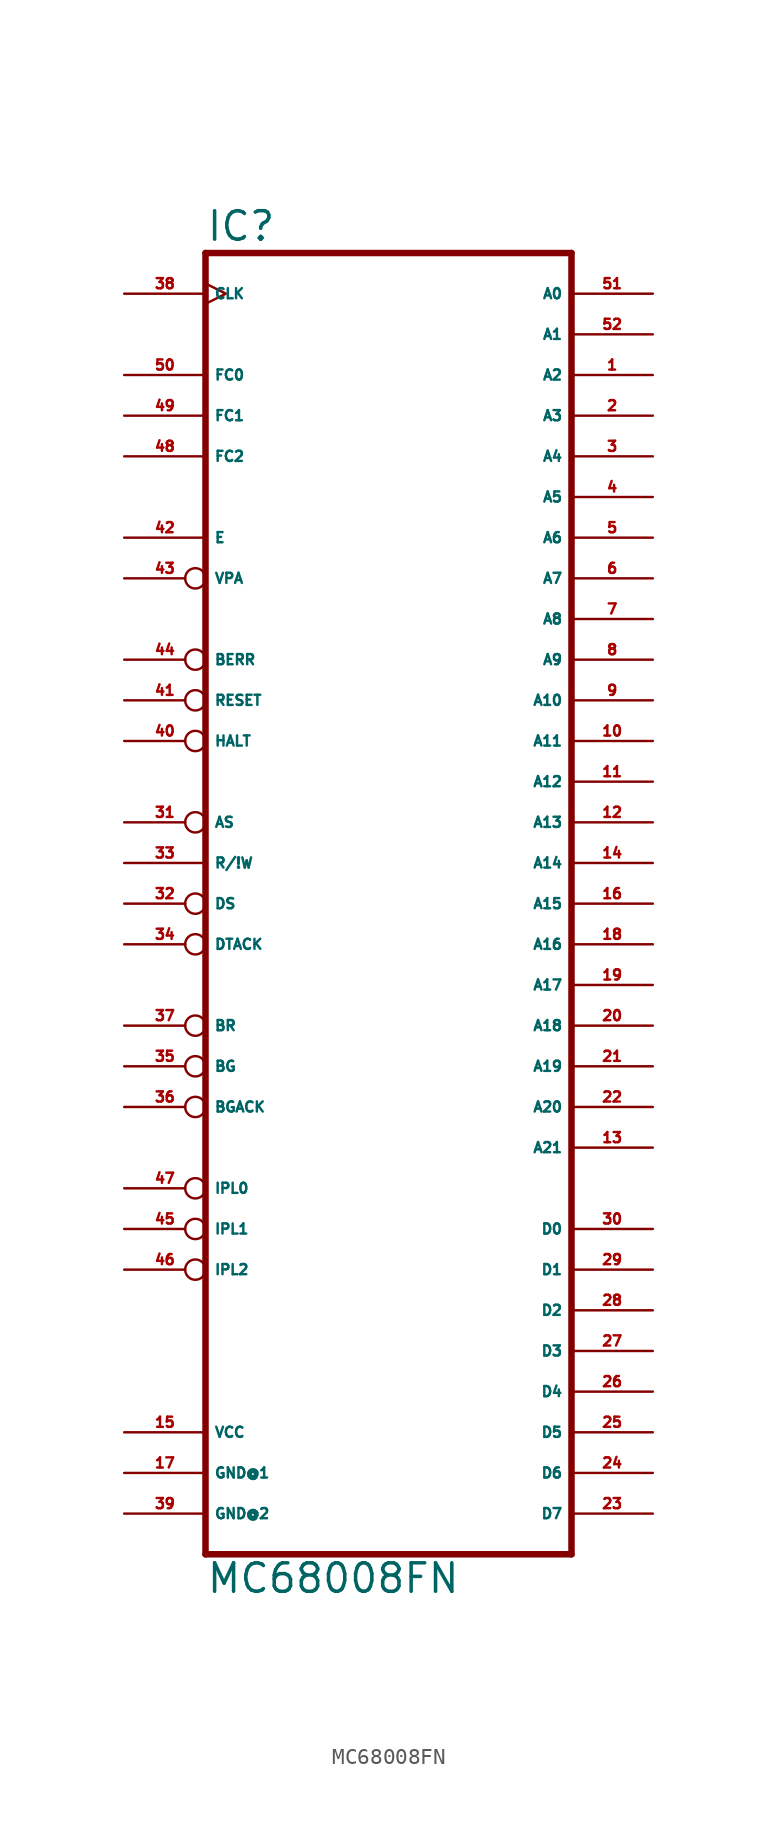
<source format=kicad_sym>
(kicad_symbol_lib
  (version 20220914)
  (generator Eagle2Kicad)
  (symbol "MC68008FN"
    (property "Reference" "IC"
      (at -15.24 41.275 0)
      (effects (font (size 1.778 1.778) (thickness 0.22)) (justify left bottom)))
    (property "Value" "MC68008FN"
      (at -15.24 -43.18 0)
      (effects (font (size 1.778 1.778) (thickness 0.22)) (justify left bottom)))
    (polyline
      (pts (xy -15.24 -40.64) (xy 7.62 -40.64))
      (stroke (width 0.406) (type default))
      (fill (type none)))
    (polyline
      (pts (xy 7.62 -40.64) (xy 7.62 40.64))
      (stroke (width 0.406) (type default))
      (fill (type none)))
    (polyline
      (pts (xy 7.62 40.64) (xy -15.24 40.64))
      (stroke (width 0.406) (type default))
      (fill (type none)))
    (polyline
      (pts (xy -15.24 40.64) (xy -15.24 -40.64))
      (stroke (width 0.406) (type default))
      (fill (type none)))
    (pin output line
      (at 12.7 33.02 180)
      (length 5.08)
      (name "A2" (effects (font (size 0.635 0.635) (thickness 0.08)) (justify left bottom)))
      (number "1" (effects (font (size 0.635 0.635) (thickness 0.08)) (justify left bottom))))
    (pin output line
      (at 12.7 30.48 180)
      (length 5.08)
      (name "A3" (effects (font (size 0.635 0.635) (thickness 0.08)) (justify left bottom)))
      (number "2" (effects (font (size 0.635 0.635) (thickness 0.08)) (justify left bottom))))
    (pin output line
      (at 12.7 27.94 180)
      (length 5.08)
      (name "A4" (effects (font (size 0.635 0.635) (thickness 0.08)) (justify left bottom)))
      (number "3" (effects (font (size 0.635 0.635) (thickness 0.08)) (justify left bottom))))
    (pin output line
      (at 12.7 25.4 180)
      (length 5.08)
      (name "A5" (effects (font (size 0.635 0.635) (thickness 0.08)) (justify left bottom)))
      (number "4" (effects (font (size 0.635 0.635) (thickness 0.08)) (justify left bottom))))
    (pin output line
      (at 12.7 22.86 180)
      (length 5.08)
      (name "A6" (effects (font (size 0.635 0.635) (thickness 0.08)) (justify left bottom)))
      (number "5" (effects (font (size 0.635 0.635) (thickness 0.08)) (justify left bottom))))
    (pin output line
      (at 12.7 20.32 180)
      (length 5.08)
      (name "A7" (effects (font (size 0.635 0.635) (thickness 0.08)) (justify left bottom)))
      (number "6" (effects (font (size 0.635 0.635) (thickness 0.08)) (justify left bottom))))
    (pin output line
      (at 12.7 17.78 180)
      (length 5.08)
      (name "A8" (effects (font (size 0.635 0.635) (thickness 0.08)) (justify left bottom)))
      (number "7" (effects (font (size 0.635 0.635) (thickness 0.08)) (justify left bottom))))
    (pin output line
      (at 12.7 15.24 180)
      (length 5.08)
      (name "A9" (effects (font (size 0.635 0.635) (thickness 0.08)) (justify left bottom)))
      (number "8" (effects (font (size 0.635 0.635) (thickness 0.08)) (justify left bottom))))
    (pin output line
      (at 12.7 12.7 180)
      (length 5.08)
      (name "A10" (effects (font (size 0.635 0.635) (thickness 0.08)) (justify left bottom)))
      (number "9" (effects (font (size 0.635 0.635) (thickness 0.08)) (justify left bottom))))
    (pin output line
      (at 12.7 10.16 180)
      (length 5.08)
      (name "A11" (effects (font (size 0.635 0.635) (thickness 0.08)) (justify left bottom)))
      (number "10" (effects (font (size 0.635 0.635) (thickness 0.08)) (justify left bottom))))
    (pin output line
      (at 12.7 7.62 180)
      (length 5.08)
      (name "A12" (effects (font (size 0.635 0.635) (thickness 0.08)) (justify left bottom)))
      (number "11" (effects (font (size 0.635 0.635) (thickness 0.08)) (justify left bottom))))
    (pin output line
      (at 12.7 5.08 180)
      (length 5.08)
      (name "A13" (effects (font (size 0.635 0.635) (thickness 0.08)) (justify left bottom)))
      (number "12" (effects (font (size 0.635 0.635) (thickness 0.08)) (justify left bottom))))
    (pin output line
      (at 12.7 -15.24 180)
      (length 5.08)
      (name "A21" (effects (font (size 0.635 0.635) (thickness 0.08)) (justify left bottom)))
      (number "13" (effects (font (size 0.635 0.635) (thickness 0.08)) (justify left bottom))))
    (pin output line
      (at 12.7 2.54 180)
      (length 5.08)
      (name "A14" (effects (font (size 0.635 0.635) (thickness 0.08)) (justify left bottom)))
      (number "14" (effects (font (size 0.635 0.635) (thickness 0.08)) (justify left bottom))))
    (pin output line
      (at 12.7 0 180)
      (length 5.08)
      (name "A15" (effects (font (size 0.635 0.635) (thickness 0.08)) (justify left bottom)))
      (number "16" (effects (font (size 0.635 0.635) (thickness 0.08)) (justify left bottom))))
    (pin output line
      (at 12.7 -2.54 180)
      (length 5.08)
      (name "A16" (effects (font (size 0.635 0.635) (thickness 0.08)) (justify left bottom)))
      (number "18" (effects (font (size 0.635 0.635) (thickness 0.08)) (justify left bottom))))
    (pin output line
      (at 12.7 -5.08 180)
      (length 5.08)
      (name "A17" (effects (font (size 0.635 0.635) (thickness 0.08)) (justify left bottom)))
      (number "19" (effects (font (size 0.635 0.635) (thickness 0.08)) (justify left bottom))))
    (pin output line
      (at 12.7 -7.62 180)
      (length 5.08)
      (name "A18" (effects (font (size 0.635 0.635) (thickness 0.08)) (justify left bottom)))
      (number "20" (effects (font (size 0.635 0.635) (thickness 0.08)) (justify left bottom))))
    (pin output line
      (at 12.7 -10.16 180)
      (length 5.08)
      (name "A19" (effects (font (size 0.635 0.635) (thickness 0.08)) (justify left bottom)))
      (number "21" (effects (font (size 0.635 0.635) (thickness 0.08)) (justify left bottom))))
    (pin output line
      (at 12.7 -12.7 180)
      (length 5.08)
      (name "A20" (effects (font (size 0.635 0.635) (thickness 0.08)) (justify left bottom)))
      (number "22" (effects (font (size 0.635 0.635) (thickness 0.08)) (justify left bottom))))
    (pin bidirectional line
      (at 12.7 -38.1 180)
      (length 5.08)
      (name "D7" (effects (font (size 0.635 0.635) (thickness 0.08)) (justify left bottom)))
      (number "23" (effects (font (size 0.635 0.635) (thickness 0.08)) (justify left bottom))))
    (pin bidirectional line
      (at 12.7 -35.56 180)
      (length 5.08)
      (name "D6" (effects (font (size 0.635 0.635) (thickness 0.08)) (justify left bottom)))
      (number "24" (effects (font (size 0.635 0.635) (thickness 0.08)) (justify left bottom))))
    (pin bidirectional line
      (at 12.7 -33.02 180)
      (length 5.08)
      (name "D5" (effects (font (size 0.635 0.635) (thickness 0.08)) (justify left bottom)))
      (number "25" (effects (font (size 0.635 0.635) (thickness 0.08)) (justify left bottom))))
    (pin bidirectional line
      (at 12.7 -30.48 180)
      (length 5.08)
      (name "D4" (effects (font (size 0.635 0.635) (thickness 0.08)) (justify left bottom)))
      (number "26" (effects (font (size 0.635 0.635) (thickness 0.08)) (justify left bottom))))
    (pin bidirectional line
      (at 12.7 -27.94 180)
      (length 5.08)
      (name "D3" (effects (font (size 0.635 0.635) (thickness 0.08)) (justify left bottom)))
      (number "27" (effects (font (size 0.635 0.635) (thickness 0.08)) (justify left bottom))))
    (pin bidirectional line
      (at 12.7 -25.4 180)
      (length 5.08)
      (name "D2" (effects (font (size 0.635 0.635) (thickness 0.08)) (justify left bottom)))
      (number "28" (effects (font (size 0.635 0.635) (thickness 0.08)) (justify left bottom))))
    (pin bidirectional line
      (at 12.7 -22.86 180)
      (length 5.08)
      (name "D1" (effects (font (size 0.635 0.635) (thickness 0.08)) (justify left bottom)))
      (number "29" (effects (font (size 0.635 0.635) (thickness 0.08)) (justify left bottom))))
    (pin bidirectional line
      (at 12.7 -20.32 180)
      (length 5.08)
      (name "D0" (effects (font (size 0.635 0.635) (thickness 0.08)) (justify left bottom)))
      (number "30" (effects (font (size 0.635 0.635) (thickness 0.08)) (justify left bottom))))
    (pin output inverted
      (at -20.32 5.08 0)
      (length 5.08)
      (name "AS" (effects (font (size 0.635 0.635) (thickness 0.08)) (justify left bottom)))
      (number "31" (effects (font (size 0.635 0.635) (thickness 0.08)) (justify left bottom))))
    (pin output inverted
      (at -20.32 0 0)
      (length 5.08)
      (name "DS" (effects (font (size 0.635 0.635) (thickness 0.08)) (justify left bottom)))
      (number "32" (effects (font (size 0.635 0.635) (thickness 0.08)) (justify left bottom))))
    (pin output line
      (at -20.32 2.54 0)
      (length 5.08)
      (name "R/!W" (effects (font (size 0.635 0.635) (thickness 0.08)) (justify left bottom)))
      (number "33" (effects (font (size 0.635 0.635) (thickness 0.08)) (justify left bottom))))
    (pin input inverted
      (at -20.32 -2.54 0)
      (length 5.08)
      (name "DTACK" (effects (font (size 0.635 0.635) (thickness 0.08)) (justify left bottom)))
      (number "34" (effects (font (size 0.635 0.635) (thickness 0.08)) (justify left bottom))))
    (pin output inverted
      (at -20.32 -10.16 0)
      (length 5.08)
      (name "BG" (effects (font (size 0.635 0.635) (thickness 0.08)) (justify left bottom)))
      (number "35" (effects (font (size 0.635 0.635) (thickness 0.08)) (justify left bottom))))
    (pin input inverted
      (at -20.32 -12.7 0)
      (length 5.08)
      (name "BGACK" (effects (font (size 0.635 0.635) (thickness 0.08)) (justify left bottom)))
      (number "36" (effects (font (size 0.635 0.635) (thickness 0.08)) (justify left bottom))))
    (pin input inverted
      (at -20.32 -7.62 0)
      (length 5.08)
      (name "BR" (effects (font (size 0.635 0.635) (thickness 0.08)) (justify left bottom)))
      (number "37" (effects (font (size 0.635 0.635) (thickness 0.08)) (justify left bottom))))
    (pin input clock
      (at -20.32 38.1 0)
      (length 5.08)
      (name "CLK" (effects (font (size 0.635 0.635) (thickness 0.08)) (justify left bottom)))
      (number "38" (effects (font (size 0.635 0.635) (thickness 0.08)) (justify left bottom))))
    (pin bidirectional inverted
      (at -20.32 10.16 0)
      (length 5.08)
      (name "HALT" (effects (font (size 0.635 0.635) (thickness 0.08)) (justify left bottom)))
      (number "40" (effects (font (size 0.635 0.635) (thickness 0.08)) (justify left bottom))))
    (pin bidirectional inverted
      (at -20.32 12.7 0)
      (length 5.08)
      (name "RESET" (effects (font (size 0.635 0.635) (thickness 0.08)) (justify left bottom)))
      (number "41" (effects (font (size 0.635 0.635) (thickness 0.08)) (justify left bottom))))
    (pin output line
      (at -20.32 22.86 0)
      (length 5.08)
      (name "E" (effects (font (size 0.635 0.635) (thickness 0.08)) (justify left bottom)))
      (number "42" (effects (font (size 0.635 0.635) (thickness 0.08)) (justify left bottom))))
    (pin input inverted
      (at -20.32 20.32 0)
      (length 5.08)
      (name "VPA" (effects (font (size 0.635 0.635) (thickness 0.08)) (justify left bottom)))
      (number "43" (effects (font (size 0.635 0.635) (thickness 0.08)) (justify left bottom))))
    (pin input inverted
      (at -20.32 15.24 0)
      (length 5.08)
      (name "BERR" (effects (font (size 0.635 0.635) (thickness 0.08)) (justify left bottom)))
      (number "44" (effects (font (size 0.635 0.635) (thickness 0.08)) (justify left bottom))))
    (pin input inverted
      (at -20.32 -20.32 0)
      (length 5.08)
      (name "IPL1" (effects (font (size 0.635 0.635) (thickness 0.08)) (justify left bottom)))
      (number "45" (effects (font (size 0.635 0.635) (thickness 0.08)) (justify left bottom))))
    (pin input inverted
      (at -20.32 -22.86 0)
      (length 5.08)
      (name "IPL2" (effects (font (size 0.635 0.635) (thickness 0.08)) (justify left bottom)))
      (number "46" (effects (font (size 0.635 0.635) (thickness 0.08)) (justify left bottom))))
    (pin input inverted
      (at -20.32 -17.78 0)
      (length 5.08)
      (name "IPL0" (effects (font (size 0.635 0.635) (thickness 0.08)) (justify left bottom)))
      (number "47" (effects (font (size 0.635 0.635) (thickness 0.08)) (justify left bottom))))
    (pin output line
      (at -20.32 27.94 0)
      (length 5.08)
      (name "FC2" (effects (font (size 0.635 0.635) (thickness 0.08)) (justify left bottom)))
      (number "48" (effects (font (size 0.635 0.635) (thickness 0.08)) (justify left bottom))))
    (pin output line
      (at -20.32 30.48 0)
      (length 5.08)
      (name "FC1" (effects (font (size 0.635 0.635) (thickness 0.08)) (justify left bottom)))
      (number "49" (effects (font (size 0.635 0.635) (thickness 0.08)) (justify left bottom))))
    (pin output line
      (at -20.32 33.02 0)
      (length 5.08)
      (name "FC0" (effects (font (size 0.635 0.635) (thickness 0.08)) (justify left bottom)))
      (number "50" (effects (font (size 0.635 0.635) (thickness 0.08)) (justify left bottom))))
    (pin output line
      (at 12.7 38.1 180)
      (length 5.08)
      (name "A0" (effects (font (size 0.635 0.635) (thickness 0.08)) (justify left bottom)))
      (number "51" (effects (font (size 0.635 0.635) (thickness 0.08)) (justify left bottom))))
    (pin output line
      (at 12.7 35.56 180)
      (length 5.08)
      (name "A1" (effects (font (size 0.635 0.635) (thickness 0.08)) (justify left bottom)))
      (number "52" (effects (font (size 0.635 0.635) (thickness 0.08)) (justify left bottom))))
    (pin unspecified line
      (at -20.32 -33.02 0)
      (length 5.08)
      (name "VCC" (effects (font (size 0.635 0.635) (thickness 0.08)) (justify left bottom)))
      (number "15" (effects (font (size 0.635 0.635) (thickness 0.08)) (justify left bottom))))
    (pin unspecified line
      (at -20.32 -35.56 0)
      (length 5.08)
      (name "GND@1" (effects (font (size 0.635 0.635) (thickness 0.08)) (justify left bottom)))
      (number "17" (effects (font (size 0.635 0.635) (thickness 0.08)) (justify left bottom))))
    (pin unspecified line
      (at -20.32 -38.1 0)
      (length 5.08)
      (name "GND@2" (effects (font (size 0.635 0.635) (thickness 0.08)) (justify left bottom)))
      (number "39" (effects (font (size 0.635 0.635) (thickness 0.08)) (justify left bottom))))))
</source>
